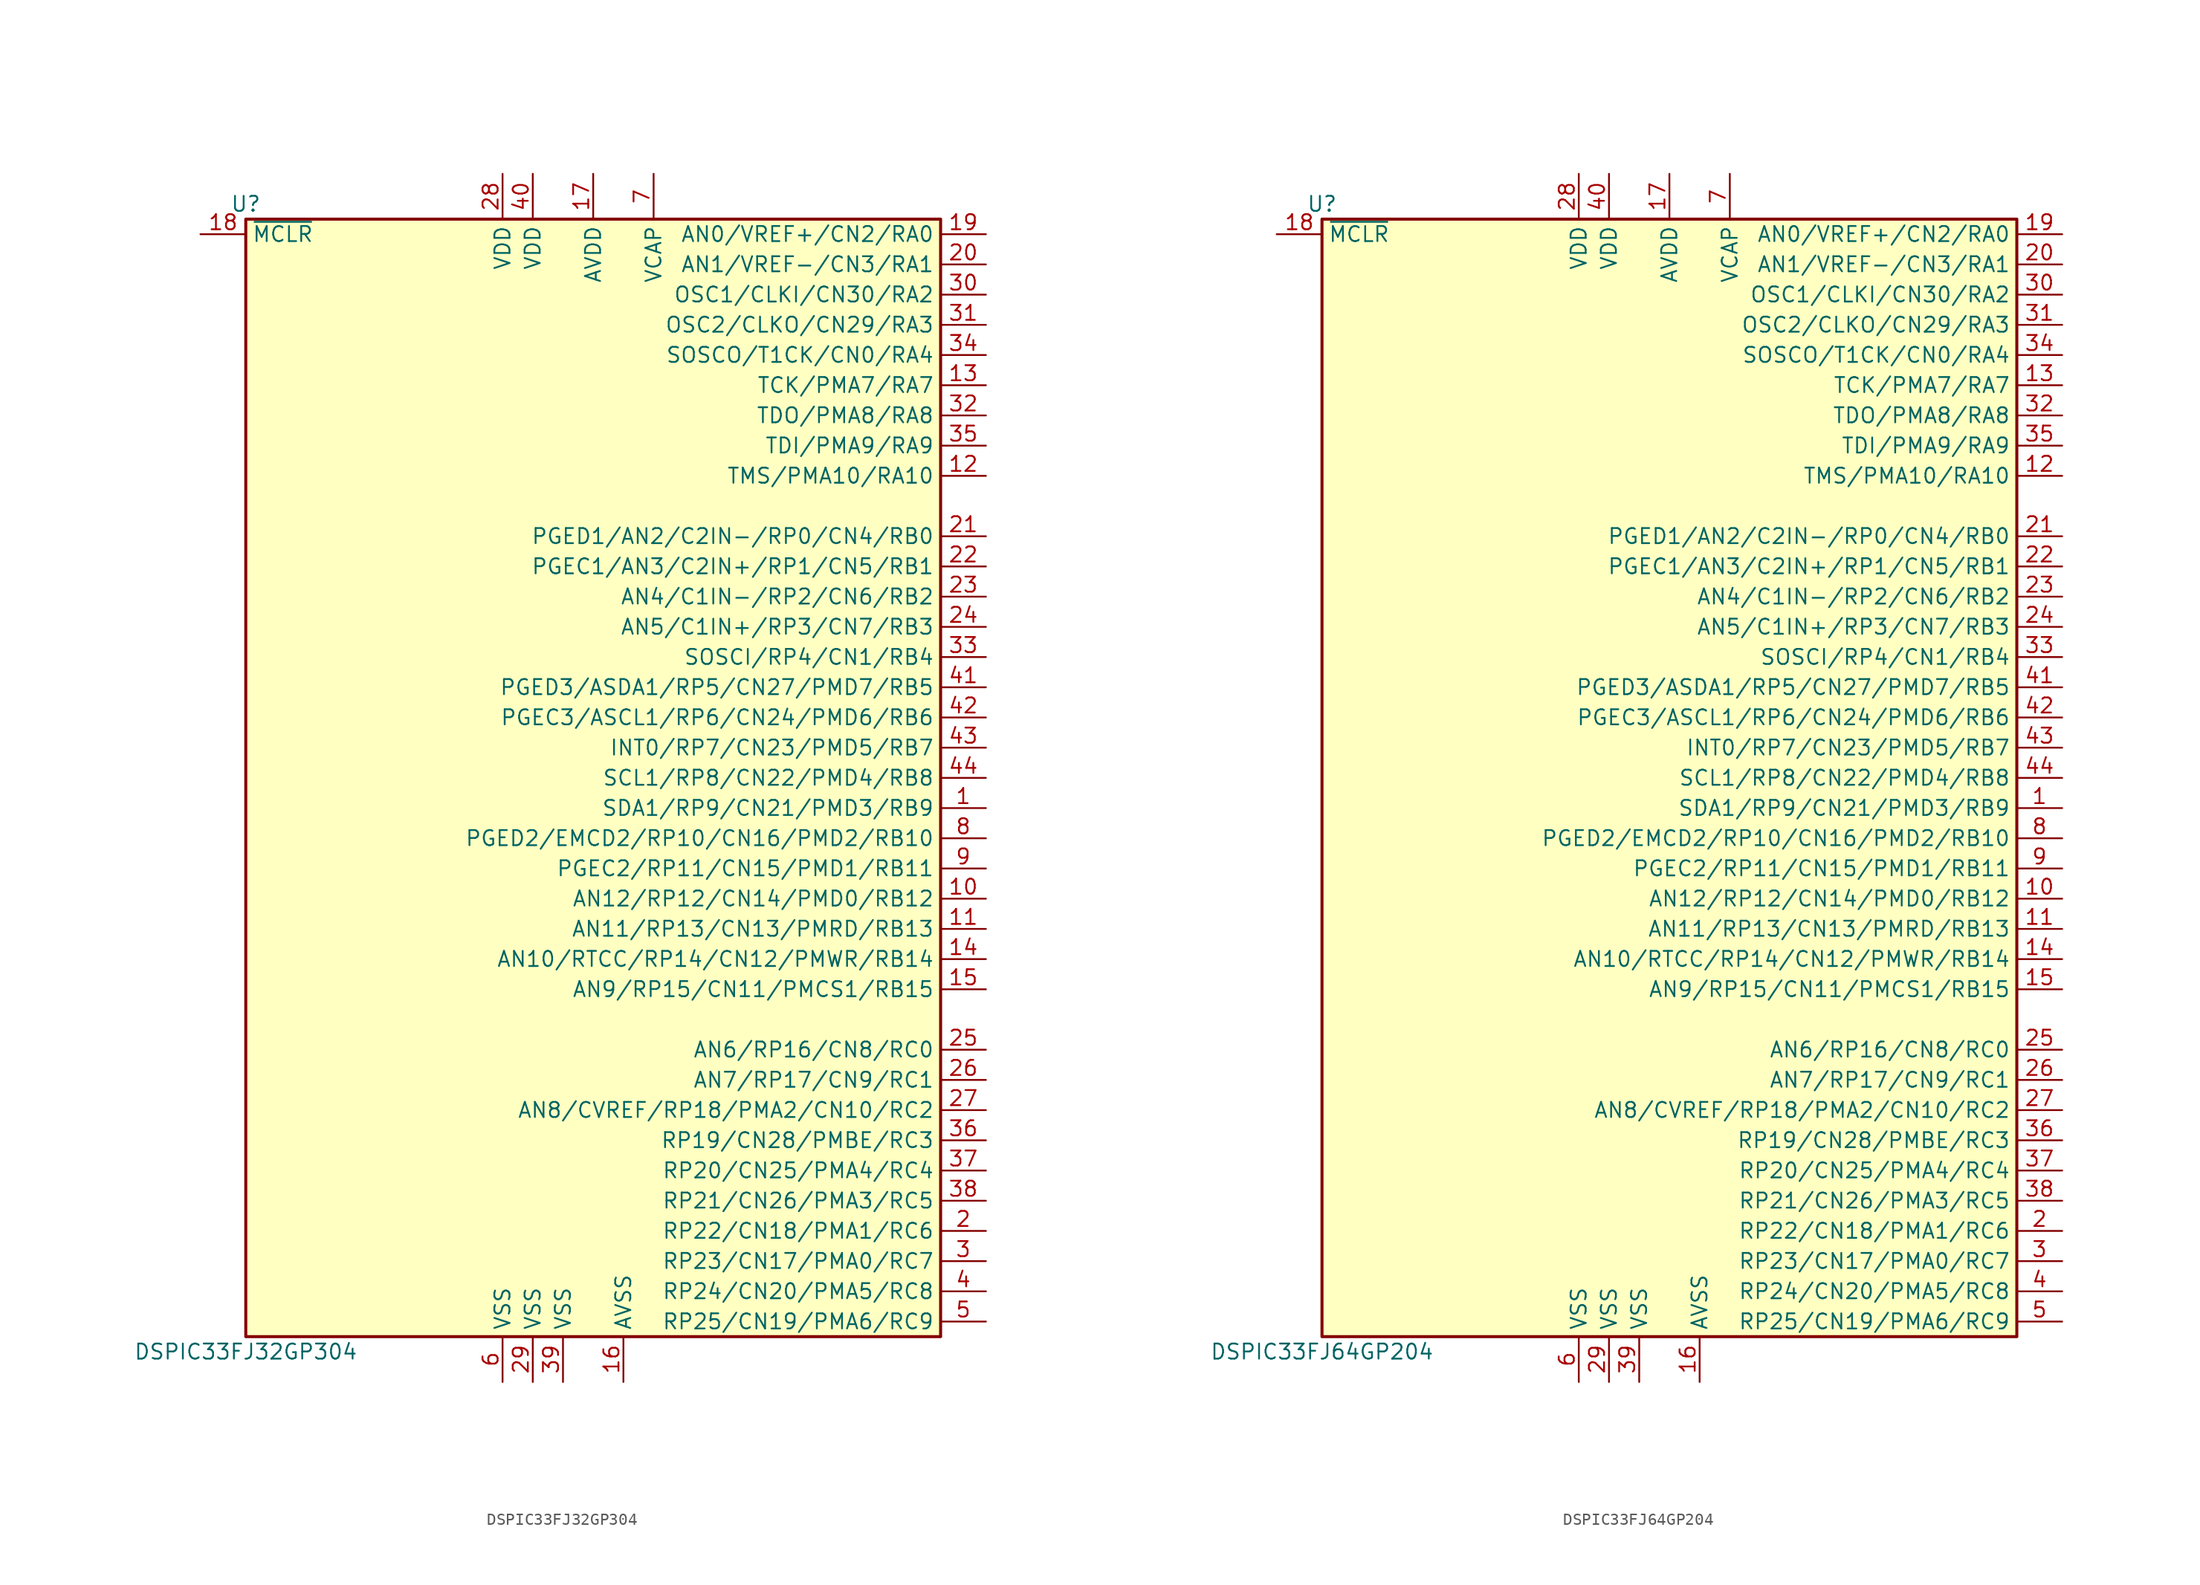
<source format=kicad_sym>
(kicad_symbol_lib
  (version 20201005)
  (generator kicad_symbol_editor)
  (symbol "DSPIC33FJ32GP304"
    (property "Reference" "U"
      (at -29.21 48.26 0)
      (effects (font (size 1.27 1.27))))
    (property "Value" "DSPIC33FJ32GP304"
      (at -29.21 -48.26 0)
      (effects (font (size 1.27 1.27))))
    (symbol "DSPIC33FJ32GP304_1_1"
      (rectangle (start -29.21 46.99) (end 29.21 -46.99) (stroke (width 0.254)) (fill (type background)))
      (pin bidirectional line (at 33.02 -2.54 180) (length 3.81) (name "SDA1/RP9/CN21/PMD3/RB9" (effects (font (size 1.27 1.27)))) (number "1" (effects (font (size 1.27 1.27)))))
      (pin bidirectional line (at 33.02 -10.16 180) (length 3.81) (name "AN12/RP12/CN14/PMD0/RB12" (effects (font (size 1.27 1.27)))) (number "10" (effects (font (size 1.27 1.27)))))
      (pin bidirectional line (at 33.02 -12.7 180) (length 3.81) (name "AN11/RP13/CN13/PMRD/RB13" (effects (font (size 1.27 1.27)))) (number "11" (effects (font (size 1.27 1.27)))))
      (pin bidirectional line (at 33.02 25.4 180) (length 3.81) (name "TMS/PMA10/RA10" (effects (font (size 1.27 1.27)))) (number "12" (effects (font (size 1.27 1.27)))))
      (pin bidirectional line (at 33.02 33.02 180) (length 3.81) (name "TCK/PMA7/RA7" (effects (font (size 1.27 1.27)))) (number "13" (effects (font (size 1.27 1.27)))))
      (pin bidirectional line (at 33.02 -15.24 180) (length 3.81) (name "AN10/RTCC/RP14/CN12/PMWR/RB14" (effects (font (size 1.27 1.27)))) (number "14" (effects (font (size 1.27 1.27)))))
      (pin bidirectional line (at 33.02 -17.78 180) (length 3.81) (name "AN9/RP15/CN11/PMCS1/RB15" (effects (font (size 1.27 1.27)))) (number "15" (effects (font (size 1.27 1.27)))))
      (pin power_in line (at 2.54 -50.8 90) (length 3.81) (name "AVSS" (effects (font (size 1.27 1.27)))) (number "16" (effects (font (size 1.27 1.27)))))
      (pin power_in line (at 0 50.8 270) (length 3.81) (name "AVDD" (effects (font (size 1.27 1.27)))) (number "17" (effects (font (size 1.27 1.27)))))
      (pin input line (at -33.02 45.72 0) (length 3.81) (name "~MCLR" (effects (font (size 1.27 1.27)))) (number "18" (effects (font (size 1.27 1.27)))))
      (pin bidirectional line (at 33.02 45.72 180) (length 3.81) (name "AN0/VREF+/CN2/RA0" (effects (font (size 1.27 1.27)))) (number "19" (effects (font (size 1.27 1.27)))))
      (pin bidirectional line (at 33.02 -38.1 180) (length 3.81) (name "RP22/CN18/PMA1/RC6" (effects (font (size 1.27 1.27)))) (number "2" (effects (font (size 1.27 1.27)))))
      (pin bidirectional line (at 33.02 43.18 180) (length 3.81) (name "AN1/VREF-/CN3/RA1" (effects (font (size 1.27 1.27)))) (number "20" (effects (font (size 1.27 1.27)))))
      (pin bidirectional line (at 33.02 20.32 180) (length 3.81) (name "PGED1/AN2/C2IN-/RP0/CN4/RB0" (effects (font (size 1.27 1.27)))) (number "21" (effects (font (size 1.27 1.27)))))
      (pin bidirectional line (at 33.02 17.78 180) (length 3.81) (name "PGEC1/AN3/C2IN+/RP1/CN5/RB1" (effects (font (size 1.27 1.27)))) (number "22" (effects (font (size 1.27 1.27)))))
      (pin bidirectional line (at 33.02 15.24 180) (length 3.81) (name "AN4/C1IN-/RP2/CN6/RB2" (effects (font (size 1.27 1.27)))) (number "23" (effects (font (size 1.27 1.27)))))
      (pin bidirectional line (at 33.02 12.7 180) (length 3.81) (name "AN5/C1IN+/RP3/CN7/RB3" (effects (font (size 1.27 1.27)))) (number "24" (effects (font (size 1.27 1.27)))))
      (pin bidirectional line (at 33.02 -22.86 180) (length 3.81) (name "AN6/RP16/CN8/RC0" (effects (font (size 1.27 1.27)))) (number "25" (effects (font (size 1.27 1.27)))))
      (pin bidirectional line (at 33.02 -25.4 180) (length 3.81) (name "AN7/RP17/CN9/RC1" (effects (font (size 1.27 1.27)))) (number "26" (effects (font (size 1.27 1.27)))))
      (pin bidirectional line (at 33.02 -27.94 180) (length 3.81) (name "AN8/CVREF/RP18/PMA2/CN10/RC2" (effects (font (size 1.27 1.27)))) (number "27" (effects (font (size 1.27 1.27)))))
      (pin power_in line (at -7.62 50.8 270) (length 3.81) (name "VDD" (effects (font (size 1.27 1.27)))) (number "28" (effects (font (size 1.27 1.27)))))
      (pin power_in line (at -5.08 -50.8 90) (length 3.81) (name "VSS" (effects (font (size 1.27 1.27)))) (number "29" (effects (font (size 1.27 1.27)))))
      (pin bidirectional line (at 33.02 -40.64 180) (length 3.81) (name "RP23/CN17/PMA0/RC7" (effects (font (size 1.27 1.27)))) (number "3" (effects (font (size 1.27 1.27)))))
      (pin input line (at 33.02 40.64 180) (length 3.81) (name "OSC1/CLKI/CN30/RA2" (effects (font (size 1.27 1.27)))) (number "30" (effects (font (size 1.27 1.27)))))
      (pin input line (at 33.02 38.1 180) (length 3.81) (name "OSC2/CLKO/CN29/RA3" (effects (font (size 1.27 1.27)))) (number "31" (effects (font (size 1.27 1.27)))))
      (pin input line (at 33.02 30.48 180) (length 3.81) (name "TDO/PMA8/RA8" (effects (font (size 1.27 1.27)))) (number "32" (effects (font (size 1.27 1.27)))))
      (pin input line (at 33.02 10.16 180) (length 3.81) (name "SOSCI/RP4/CN1/RB4" (effects (font (size 1.27 1.27)))) (number "33" (effects (font (size 1.27 1.27)))))
      (pin input line (at 33.02 35.56 180) (length 3.81) (name "SOSCO/T1CK/CN0/RA4" (effects (font (size 1.27 1.27)))) (number "34" (effects (font (size 1.27 1.27)))))
      (pin input line (at 33.02 27.94 180) (length 3.81) (name "TDI/PMA9/RA9" (effects (font (size 1.27 1.27)))) (number "35" (effects (font (size 1.27 1.27)))))
      (pin input line (at 33.02 -30.48 180) (length 3.81) (name "RP19/CN28/PMBE/RC3" (effects (font (size 1.27 1.27)))) (number "36" (effects (font (size 1.27 1.27)))))
      (pin input line (at 33.02 -33.02 180) (length 3.81) (name "RP20/CN25/PMA4/RC4" (effects (font (size 1.27 1.27)))) (number "37" (effects (font (size 1.27 1.27)))))
      (pin input line (at 33.02 -35.56 180) (length 3.81) (name "RP21/CN26/PMA3/RC5" (effects (font (size 1.27 1.27)))) (number "38" (effects (font (size 1.27 1.27)))))
      (pin power_in line (at -2.54 -50.8 90) (length 3.81) (name "VSS" (effects (font (size 1.27 1.27)))) (number "39" (effects (font (size 1.27 1.27)))))
      (pin bidirectional line (at 33.02 -43.18 180) (length 3.81) (name "RP24/CN20/PMA5/RC8" (effects (font (size 1.27 1.27)))) (number "4" (effects (font (size 1.27 1.27)))))
      (pin power_in line (at -5.08 50.8 270) (length 3.81) (name "VDD" (effects (font (size 1.27 1.27)))) (number "40" (effects (font (size 1.27 1.27)))))
      (pin input line (at 33.02 7.62 180) (length 3.81) (name "PGED3/ASDA1/RP5/CN27/PMD7/RB5" (effects (font (size 1.27 1.27)))) (number "41" (effects (font (size 1.27 1.27)))))
      (pin input line (at 33.02 5.08 180) (length 3.81) (name "PGEC3/ASCL1/RP6/CN24/PMD6/RB6" (effects (font (size 1.27 1.27)))) (number "42" (effects (font (size 1.27 1.27)))))
      (pin input line (at 33.02 2.54 180) (length 3.81) (name "INT0/RP7/CN23/PMD5/RB7" (effects (font (size 1.27 1.27)))) (number "43" (effects (font (size 1.27 1.27)))))
      (pin input line (at 33.02 0 180) (length 3.81) (name "SCL1/RP8/CN22/PMD4/RB8" (effects (font (size 1.27 1.27)))) (number "44" (effects (font (size 1.27 1.27)))))
      (pin bidirectional line (at 33.02 -45.72 180) (length 3.81) (name "RP25/CN19/PMA6/RC9" (effects (font (size 1.27 1.27)))) (number "5" (effects (font (size 1.27 1.27)))))
      (pin power_in line (at -7.62 -50.8 90) (length 3.81) (name "VSS" (effects (font (size 1.27 1.27)))) (number "6" (effects (font (size 1.27 1.27)))))
      (pin power_in line (at 5.08 50.8 270) (length 3.81) (name "VCAP" (effects (font (size 1.27 1.27)))) (number "7" (effects (font (size 1.27 1.27)))))
      (pin bidirectional line (at 33.02 -5.08 180) (length 3.81) (name "PGED2/EMCD2/RP10/CN16/PMD2/RB10" (effects (font (size 1.27 1.27)))) (number "8" (effects (font (size 1.27 1.27)))))
      (pin bidirectional line (at 33.02 -7.62 180) (length 3.81) (name "PGEC2/RP11/CN15/PMD1/RB11" (effects (font (size 1.27 1.27)))) (number "9" (effects (font (size 1.27 1.27)))))))
  (symbol "DSPIC33FJ64GP204"
    (property "Reference" "U"
      (at -29.21 48.26 0)
      (effects (font (size 1.27 1.27))))
    (property "Value" "DSPIC33FJ64GP204"
      (at -29.21 -48.26 0)
      (effects (font (size 1.27 1.27))))
    (symbol "DSPIC33FJ64GP204_1_1"
      (rectangle (start -29.21 46.99) (end 29.21 -46.99) (stroke (width 0.254)) (fill (type background)))
      (pin bidirectional line (at 33.02 -2.54 180) (length 3.81) (name "SDA1/RP9/CN21/PMD3/RB9" (effects (font (size 1.27 1.27)))) (number "1" (effects (font (size 1.27 1.27)))))
      (pin bidirectional line (at 33.02 -10.16 180) (length 3.81) (name "AN12/RP12/CN14/PMD0/RB12" (effects (font (size 1.27 1.27)))) (number "10" (effects (font (size 1.27 1.27)))))
      (pin bidirectional line (at 33.02 -12.7 180) (length 3.81) (name "AN11/RP13/CN13/PMRD/RB13" (effects (font (size 1.27 1.27)))) (number "11" (effects (font (size 1.27 1.27)))))
      (pin bidirectional line (at 33.02 25.4 180) (length 3.81) (name "TMS/PMA10/RA10" (effects (font (size 1.27 1.27)))) (number "12" (effects (font (size 1.27 1.27)))))
      (pin bidirectional line (at 33.02 33.02 180) (length 3.81) (name "TCK/PMA7/RA7" (effects (font (size 1.27 1.27)))) (number "13" (effects (font (size 1.27 1.27)))))
      (pin bidirectional line (at 33.02 -15.24 180) (length 3.81) (name "AN10/RTCC/RP14/CN12/PMWR/RB14" (effects (font (size 1.27 1.27)))) (number "14" (effects (font (size 1.27 1.27)))))
      (pin bidirectional line (at 33.02 -17.78 180) (length 3.81) (name "AN9/RP15/CN11/PMCS1/RB15" (effects (font (size 1.27 1.27)))) (number "15" (effects (font (size 1.27 1.27)))))
      (pin power_in line (at 2.54 -50.8 90) (length 3.81) (name "AVSS" (effects (font (size 1.27 1.27)))) (number "16" (effects (font (size 1.27 1.27)))))
      (pin power_in line (at 0 50.8 270) (length 3.81) (name "AVDD" (effects (font (size 1.27 1.27)))) (number "17" (effects (font (size 1.27 1.27)))))
      (pin input line (at -33.02 45.72 0) (length 3.81) (name "~MCLR" (effects (font (size 1.27 1.27)))) (number "18" (effects (font (size 1.27 1.27)))))
      (pin bidirectional line (at 33.02 45.72 180) (length 3.81) (name "AN0/VREF+/CN2/RA0" (effects (font (size 1.27 1.27)))) (number "19" (effects (font (size 1.27 1.27)))))
      (pin bidirectional line (at 33.02 -38.1 180) (length 3.81) (name "RP22/CN18/PMA1/RC6" (effects (font (size 1.27 1.27)))) (number "2" (effects (font (size 1.27 1.27)))))
      (pin bidirectional line (at 33.02 43.18 180) (length 3.81) (name "AN1/VREF-/CN3/RA1" (effects (font (size 1.27 1.27)))) (number "20" (effects (font (size 1.27 1.27)))))
      (pin bidirectional line (at 33.02 20.32 180) (length 3.81) (name "PGED1/AN2/C2IN-/RP0/CN4/RB0" (effects (font (size 1.27 1.27)))) (number "21" (effects (font (size 1.27 1.27)))))
      (pin bidirectional line (at 33.02 17.78 180) (length 3.81) (name "PGEC1/AN3/C2IN+/RP1/CN5/RB1" (effects (font (size 1.27 1.27)))) (number "22" (effects (font (size 1.27 1.27)))))
      (pin bidirectional line (at 33.02 15.24 180) (length 3.81) (name "AN4/C1IN-/RP2/CN6/RB2" (effects (font (size 1.27 1.27)))) (number "23" (effects (font (size 1.27 1.27)))))
      (pin bidirectional line (at 33.02 12.7 180) (length 3.81) (name "AN5/C1IN+/RP3/CN7/RB3" (effects (font (size 1.27 1.27)))) (number "24" (effects (font (size 1.27 1.27)))))
      (pin bidirectional line (at 33.02 -22.86 180) (length 3.81) (name "AN6/RP16/CN8/RC0" (effects (font (size 1.27 1.27)))) (number "25" (effects (font (size 1.27 1.27)))))
      (pin bidirectional line (at 33.02 -25.4 180) (length 3.81) (name "AN7/RP17/CN9/RC1" (effects (font (size 1.27 1.27)))) (number "26" (effects (font (size 1.27 1.27)))))
      (pin bidirectional line (at 33.02 -27.94 180) (length 3.81) (name "AN8/CVREF/RP18/PMA2/CN10/RC2" (effects (font (size 1.27 1.27)))) (number "27" (effects (font (size 1.27 1.27)))))
      (pin power_in line (at -7.62 50.8 270) (length 3.81) (name "VDD" (effects (font (size 1.27 1.27)))) (number "28" (effects (font (size 1.27 1.27)))))
      (pin power_in line (at -5.08 -50.8 90) (length 3.81) (name "VSS" (effects (font (size 1.27 1.27)))) (number "29" (effects (font (size 1.27 1.27)))))
      (pin bidirectional line (at 33.02 -40.64 180) (length 3.81) (name "RP23/CN17/PMA0/RC7" (effects (font (size 1.27 1.27)))) (number "3" (effects (font (size 1.27 1.27)))))
      (pin input line (at 33.02 40.64 180) (length 3.81) (name "OSC1/CLKI/CN30/RA2" (effects (font (size 1.27 1.27)))) (number "30" (effects (font (size 1.27 1.27)))))
      (pin input line (at 33.02 38.1 180) (length 3.81) (name "OSC2/CLKO/CN29/RA3" (effects (font (size 1.27 1.27)))) (number "31" (effects (font (size 1.27 1.27)))))
      (pin input line (at 33.02 30.48 180) (length 3.81) (name "TDO/PMA8/RA8" (effects (font (size 1.27 1.27)))) (number "32" (effects (font (size 1.27 1.27)))))
      (pin input line (at 33.02 10.16 180) (length 3.81) (name "SOSCI/RP4/CN1/RB4" (effects (font (size 1.27 1.27)))) (number "33" (effects (font (size 1.27 1.27)))))
      (pin input line (at 33.02 35.56 180) (length 3.81) (name "SOSCO/T1CK/CN0/RA4" (effects (font (size 1.27 1.27)))) (number "34" (effects (font (size 1.27 1.27)))))
      (pin input line (at 33.02 27.94 180) (length 3.81) (name "TDI/PMA9/RA9" (effects (font (size 1.27 1.27)))) (number "35" (effects (font (size 1.27 1.27)))))
      (pin input line (at 33.02 -30.48 180) (length 3.81) (name "RP19/CN28/PMBE/RC3" (effects (font (size 1.27 1.27)))) (number "36" (effects (font (size 1.27 1.27)))))
      (pin input line (at 33.02 -33.02 180) (length 3.81) (name "RP20/CN25/PMA4/RC4" (effects (font (size 1.27 1.27)))) (number "37" (effects (font (size 1.27 1.27)))))
      (pin input line (at 33.02 -35.56 180) (length 3.81) (name "RP21/CN26/PMA3/RC5" (effects (font (size 1.27 1.27)))) (number "38" (effects (font (size 1.27 1.27)))))
      (pin power_in line (at -2.54 -50.8 90) (length 3.81) (name "VSS" (effects (font (size 1.27 1.27)))) (number "39" (effects (font (size 1.27 1.27)))))
      (pin bidirectional line (at 33.02 -43.18 180) (length 3.81) (name "RP24/CN20/PMA5/RC8" (effects (font (size 1.27 1.27)))) (number "4" (effects (font (size 1.27 1.27)))))
      (pin power_in line (at -5.08 50.8 270) (length 3.81) (name "VDD" (effects (font (size 1.27 1.27)))) (number "40" (effects (font (size 1.27 1.27)))))
      (pin input line (at 33.02 7.62 180) (length 3.81) (name "PGED3/ASDA1/RP5/CN27/PMD7/RB5" (effects (font (size 1.27 1.27)))) (number "41" (effects (font (size 1.27 1.27)))))
      (pin input line (at 33.02 5.08 180) (length 3.81) (name "PGEC3/ASCL1/RP6/CN24/PMD6/RB6" (effects (font (size 1.27 1.27)))) (number "42" (effects (font (size 1.27 1.27)))))
      (pin input line (at 33.02 2.54 180) (length 3.81) (name "INT0/RP7/CN23/PMD5/RB7" (effects (font (size 1.27 1.27)))) (number "43" (effects (font (size 1.27 1.27)))))
      (pin input line (at 33.02 0 180) (length 3.81) (name "SCL1/RP8/CN22/PMD4/RB8" (effects (font (size 1.27 1.27)))) (number "44" (effects (font (size 1.27 1.27)))))
      (pin bidirectional line (at 33.02 -45.72 180) (length 3.81) (name "RP25/CN19/PMA6/RC9" (effects (font (size 1.27 1.27)))) (number "5" (effects (font (size 1.27 1.27)))))
      (pin power_in line (at -7.62 -50.8 90) (length 3.81) (name "VSS" (effects (font (size 1.27 1.27)))) (number "6" (effects (font (size 1.27 1.27)))))
      (pin power_in line (at 5.08 50.8 270) (length 3.81) (name "VCAP" (effects (font (size 1.27 1.27)))) (number "7" (effects (font (size 1.27 1.27)))))
      (pin bidirectional line (at 33.02 -5.08 180) (length 3.81) (name "PGED2/EMCD2/RP10/CN16/PMD2/RB10" (effects (font (size 1.27 1.27)))) (number "8" (effects (font (size 1.27 1.27)))))
      (pin bidirectional line (at 33.02 -7.62 180) (length 3.81) (name "PGEC2/RP11/CN15/PMD1/RB11" (effects (font (size 1.27 1.27)))) (number "9" (effects (font (size 1.27 1.27))))))))
</source>
